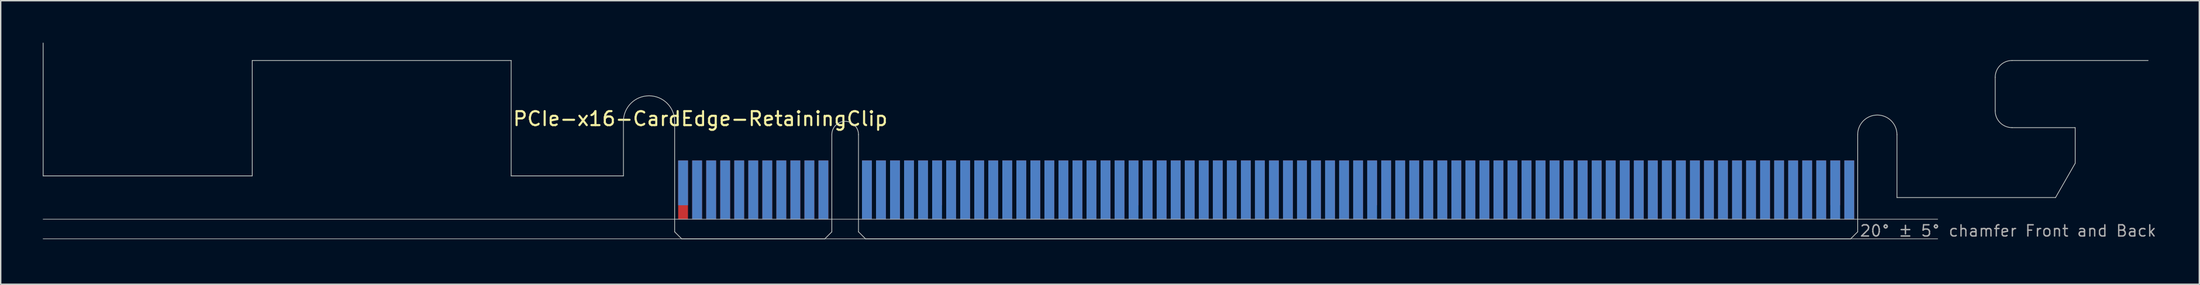
<source format=kicad_pcb>
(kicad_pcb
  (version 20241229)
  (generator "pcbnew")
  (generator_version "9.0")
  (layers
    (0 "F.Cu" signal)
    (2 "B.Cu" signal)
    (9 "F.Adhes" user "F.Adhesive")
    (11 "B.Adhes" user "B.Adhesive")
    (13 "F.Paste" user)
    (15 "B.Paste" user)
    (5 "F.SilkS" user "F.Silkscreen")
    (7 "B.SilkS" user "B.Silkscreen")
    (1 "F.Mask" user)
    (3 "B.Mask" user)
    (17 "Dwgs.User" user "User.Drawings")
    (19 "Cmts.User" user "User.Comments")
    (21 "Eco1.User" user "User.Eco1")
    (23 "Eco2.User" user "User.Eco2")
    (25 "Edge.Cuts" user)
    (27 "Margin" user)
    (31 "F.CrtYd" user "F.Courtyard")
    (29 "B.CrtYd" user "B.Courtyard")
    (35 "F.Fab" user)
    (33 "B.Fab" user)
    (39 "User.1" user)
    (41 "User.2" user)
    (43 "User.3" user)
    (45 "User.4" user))
  (footprint "PCIe-x16-CardEdge-RetainingClip"
    (layer "F.Cu")
    (at 45.025 14.025)
    (property "Reference" "PCIe-x16-CardEdge-RetainingClip" (at -11.6 -8 0) (layer "F.SilkS") (effects (font (size 1 1) (thickness 0.15)) (justify left bottom)))
    (attr exclude_from_pos_files exclude_from_bom)
    (fp_poly (pts (xy -3.65 -4.5) (xy -11.65 -4.5) (xy -11.65 -7.95) (xy -3.65 -7.95)) (stroke (width 0.1) (type solid)) (fill yes) (layer "F.Mask"))
    (fp_poly (pts (xy 11.2 -5.45) (xy 0 -5.45) (xy 0 0) (xy 11.2 0)) (stroke (width 0.1) (type solid)) (fill yes) (layer "F.Mask"))
    (fp_poly (pts (xy 84.3 -5.45) (xy 13.1 -5.45) (xy 13.1 0) (xy 84.3 0)) (stroke (width 0.1) (type solid)) (fill yes) (layer "F.Mask"))
    (fp_poly (pts (xy 99.8 -5.4) (xy 98.4 -2.95) (xy 87.1 -2.95) (xy 87.1 -7.95) (xy 99.8 -7.95)) (stroke (width 0.1) (type solid)) (fill yes) (layer "F.Mask"))
    (fp_poly (pts (xy -3.65 -7.95) (xy -11.65 -7.95) (xy -11.65 -4.5) (xy -3.65 -4.5)) (stroke (width 0.1) (type solid)) (fill yes) (layer "B.Mask"))
    (fp_poly (pts (xy 11.2 0) (xy 0 0) (xy 0 -5.45) (xy 11.2 -5.45)) (stroke (width 0.1) (type solid)) (fill yes) (layer "B.Mask"))
    (fp_poly (pts (xy 84.3 -5.45) (xy 13.1 -5.45) (xy 13.1 0) (xy 84.3 0)) (stroke (width 0.1) (type solid)) (fill yes) (layer "B.Mask"))
    (fp_poly (pts (xy 99.8 -5.4) (xy 98.4 -2.95) (xy 87.1 -2.95) (xy 87.1 -7.95) (xy 99.8 -7.95)) (stroke (width 0.1) (type solid)) (fill yes) (layer "B.Mask"))
    (fp_line (start -45 -4.5) (end -45 -14) (stroke (width 0.05) (type solid)) (layer "Edge.Cuts"))
    (fp_line (start -30.1 -12.75) (end -30.1 -4.5) (stroke (width 0.05) (type solid)) (layer "Edge.Cuts"))
    (fp_line (start -30.1 -4.5) (end -45 -4.5) (stroke (width 0.05) (type solid)) (layer "Edge.Cuts"))
    (fp_line (start -11.65 -12.75) (end -30.1 -12.75) (stroke (width 0.05) (type solid)) (layer "Edge.Cuts"))
    (fp_line (start -11.65 -4.5) (end -11.65 -12.75) (stroke (width 0.05) (type solid)) (layer "Edge.Cuts"))
    (fp_line (start -3.65 -4.5) (end -11.65 -4.5) (stroke (width 0.05) (type solid)) (layer "Edge.Cuts"))
    (fp_line (start -3.65 -4.5) (end -3.65 -8.4) (stroke (width 0.05) (type solid)) (layer "Edge.Cuts"))
    (fp_line (start 0 -0.5) (end 0 -8.4) (stroke (width 0.05) (type solid)) (layer "Edge.Cuts"))
    (fp_line (start 0.5 0) (end 0 -0.5) (stroke (width 0.05) (type solid)) (layer "Edge.Cuts"))
    (fp_line (start 0.5 0) (end 10.7 0) (stroke (width 0.05) (type solid)) (layer "Edge.Cuts"))
    (fp_line (start 10.7 0) (end 11.2 -0.5) (stroke (width 0.05) (type solid)) (layer "Edge.Cuts"))
    (fp_line (start 11.2 -0.5) (end 11.2 -7.45) (stroke (width 0.05) (type solid)) (layer "Edge.Cuts"))
    (fp_line (start 13.1 -0.5) (end 13.1 -7.45) (stroke (width 0.05) (type solid)) (layer "Edge.Cuts"))
    (fp_line (start 13.6 0) (end 13.1 -0.5) (stroke (width 0.05) (type solid)) (layer "Edge.Cuts"))
    (fp_line (start 83.8 0) (end 13.6 0) (stroke (width 0.05) (type solid)) (layer "Edge.Cuts"))
    (fp_line (start 83.8 0) (end 84.3 -0.5) (stroke (width 0.05) (type solid)) (layer "Edge.Cuts"))
    (fp_line (start 84.3 -0.5) (end 84.3 -7.45) (stroke (width 0.05) (type solid)) (layer "Edge.Cuts"))
    (fp_line (start 87.1 -7.45) (end 87.1 -2.95) (stroke (width 0.05) (type solid)) (layer "Edge.Cuts"))
    (fp_line (start 87.1 -2.95) (end 98.4 -2.95) (stroke (width 0.05) (type solid)) (layer "Edge.Cuts"))
    (fp_line (start 94.1 -11.55) (end 94.1 -9.15) (stroke (width 0.05) (type solid)) (layer "Edge.Cuts"))
    (fp_line (start 95.3 -12.75) (end 105 -12.75) (stroke (width 0.05) (type solid)) (layer "Edge.Cuts"))
    (fp_line (start 98.4 -2.95) (end 99.8 -5.4) (stroke (width 0.05) (type solid)) (layer "Edge.Cuts"))
    (fp_line (start 99.8 -7.95) (end 95.3 -7.95) (stroke (width 0.05) (type solid)) (layer "Edge.Cuts"))
    (fp_line (start 99.8 -5.4) (end 99.8 -7.95) (stroke (width 0.05) (type solid)) (layer "Edge.Cuts"))
    (fp_arc (start -3.65 -8.4) (mid -1.825 -10.225) (end 0 -8.4) (stroke (width 0.05) (type solid)) (layer "Edge.Cuts"))
    (fp_arc (start 11.2 -7.45) (mid 12.15 -8.4) (end 13.1 -7.45) (stroke (width 0.05) (type solid)) (layer "Edge.Cuts"))
    (fp_arc (start 84.3 -7.45) (mid 85.7 -8.85) (end 87.1 -7.45) (stroke (width 0.05) (type solid)) (layer "Edge.Cuts"))
    (fp_arc (start 94.1 -11.55) (mid 94.451472 -12.398528) (end 95.3 -12.75) (stroke (width 0.05) (type solid)) (layer "Edge.Cuts"))
    (fp_arc (start 95.3 -7.95) (mid 94.451472 -8.301472) (end 94.1 -9.15) (stroke (width 0.05) (type solid)) (layer "Edge.Cuts"))
    (fp_line (start -45 -1.4) (end 90 -1.4) (stroke (width 0.05) (type solid)) (layer "F.Fab"))
    (fp_line (start -45 0) (end 90 0) (stroke (width 0.05) (type solid)) (layer "F.Fab"))
    (fp_text user "20° ± 5° chamfer Front and Back" (at 84.4 -0.1 0) (layer "F.Fab") (effects (font (size 0.8 0.8) (thickness 0.1)) (justify left bottom)))
    (pad "A1" smd rect (at 0.6 -4) (size 0.7 3.2) (layers "B.Cu"))
    (pad "A2" smd rect (at 1.6 -3.5) (size 0.7 4.2) (layers "B.Cu"))
    (pad "A3" smd rect (at 2.6 -3.5) (size 0.7 4.2) (layers "B.Cu"))
    (pad "A4" smd rect (at 3.6 -3.5) (size 0.7 4.2) (layers "B.Cu"))
    (pad "A5" smd rect (at 4.6 -3.5) (size 0.7 4.2) (layers "B.Cu"))
    (pad "A6" smd rect (at 5.6 -3.5) (size 0.7 4.2) (layers "B.Cu"))
    (pad "A7" smd rect (at 6.6 -3.5) (size 0.7 4.2) (layers "B.Cu"))
    (pad "A8" smd rect (at 7.6 -3.5) (size 0.7 4.2) (layers "B.Cu"))
    (pad "A9" smd rect (at 8.6 -3.5) (size 0.7 4.2) (layers "B.Cu"))
    (pad "A10" smd rect (at 9.6 -3.5) (size 0.7 4.2) (layers "B.Cu"))
    (pad "A11" smd rect (at 10.6 -3.5) (size 0.7 4.2) (layers "B.Cu"))
    (pad "A12" smd rect (at 13.7 -3.5) (size 0.7 4.2) (layers "B.Cu"))
    (pad "A13" smd rect (at 14.7 -3.5) (size 0.7 4.2) (layers "B.Cu"))
    (pad "A14" smd rect (at 15.7 -3.5) (size 0.7 4.2) (layers "B.Cu"))
    (pad "A15" smd rect (at 16.7 -3.5) (size 0.7 4.2) (layers "B.Cu"))
    (pad "A16" smd rect (at 17.7 -3.5) (size 0.7 4.2) (layers "B.Cu"))
    (pad "A17" smd rect (at 18.7 -3.5) (size 0.7 4.2) (layers "B.Cu"))
    (pad "A18" smd rect (at 19.7 -3.5) (size 0.7 4.2) (layers "B.Cu"))
    (pad "A19" smd rect (at 20.7 -3.5) (size 0.7 4.2) (layers "B.Cu"))
    (pad "A20" smd rect (at 21.7 -3.5) (size 0.7 4.2) (layers "B.Cu"))
    (pad "A21" smd rect (at 22.7 -3.5) (size 0.7 4.2) (layers "B.Cu"))
    (pad "A22" smd rect (at 23.7 -3.5) (size 0.7 4.2) (layers "B.Cu"))
    (pad "A23" smd rect (at 24.7 -3.5) (size 0.7 4.2) (layers "B.Cu"))
    (pad "A24" smd rect (at 25.7 -3.5) (size 0.7 4.2) (layers "B.Cu"))
    (pad "A25" smd rect (at 26.7 -3.5) (size 0.7 4.2) (layers "B.Cu"))
    (pad "A26" smd rect (at 27.7 -3.5) (size 0.7 4.2) (layers "B.Cu"))
    (pad "A27" smd rect (at 28.7 -3.5) (size 0.7 4.2) (layers "B.Cu"))
    (pad "A28" smd rect (at 29.7 -3.5) (size 0.7 4.2) (layers "B.Cu"))
    (pad "A29" smd rect (at 30.7 -3.5) (size 0.7 4.2) (layers "B.Cu"))
    (pad "A30" smd rect (at 31.7 -3.5) (size 0.7 4.2) (layers "B.Cu"))
    (pad "A31" smd rect (at 32.7 -3.5) (size 0.7 4.2) (layers "B.Cu"))
    (pad "A32" smd rect (at 33.7 -3.5) (size 0.7 4.2) (layers "B.Cu"))
    (pad "A33" smd rect (at 34.7 -3.5) (size 0.7 4.2) (layers "B.Cu"))
    (pad "A34" smd rect (at 35.7 -3.5) (size 0.7 4.2) (layers "B.Cu"))
    (pad "A35" smd rect (at 36.7 -3.5) (size 0.7 4.2) (layers "B.Cu"))
    (pad "A36" smd rect (at 37.7 -3.5) (size 0.7 4.2) (layers "B.Cu"))
    (pad "A37" smd rect (at 38.7 -3.5) (size 0.7 4.2) (layers "B.Cu"))
    (pad "A38" smd rect (at 39.7 -3.5) (size 0.7 4.2) (layers "B.Cu"))
    (pad "A39" smd rect (at 40.7 -3.5) (size 0.7 4.2) (layers "B.Cu"))
    (pad "A40" smd rect (at 41.7 -3.5) (size 0.7 4.2) (layers "B.Cu"))
    (pad "A41" smd rect (at 42.7 -3.5) (size 0.7 4.2) (layers "B.Cu"))
    (pad "A42" smd rect (at 43.7 -3.5) (size 0.7 4.2) (layers "B.Cu"))
    (pad "A43" smd rect (at 44.7 -3.5) (size 0.7 4.2) (layers "B.Cu"))
    (pad "A44" smd rect (at 45.7 -3.5) (size 0.7 4.2) (layers "B.Cu"))
    (pad "A45" smd rect (at 46.7 -3.5) (size 0.7 4.2) (layers "B.Cu"))
    (pad "A46" smd rect (at 47.7 -3.5) (size 0.7 4.2) (layers "B.Cu"))
    (pad "A47" smd rect (at 48.7 -3.5) (size 0.7 4.2) (layers "B.Cu"))
    (pad "A48" smd rect (at 49.7 -3.5) (size 0.7 4.2) (layers "B.Cu"))
    (pad "A49" smd rect (at 50.7 -3.5) (size 0.7 4.2) (layers "B.Cu"))
    (pad "A50" smd rect (at 51.7 -3.5) (size 0.7 4.2) (layers "B.Cu"))
    (pad "A51" smd rect (at 52.7 -3.5) (size 0.7 4.2) (layers "B.Cu"))
    (pad "A52" smd rect (at 53.7 -3.5) (size 0.7 4.2) (layers "B.Cu"))
    (pad "A53" smd rect (at 54.7 -3.5) (size 0.7 4.2) (layers "B.Cu"))
    (pad "A54" smd rect (at 55.7 -3.5) (size 0.7 4.2) (layers "B.Cu"))
    (pad "A55" smd rect (at 56.7 -3.5) (size 0.7 4.2) (layers "B.Cu"))
    (pad "A56" smd rect (at 57.7 -3.5) (size 0.7 4.2) (layers "B.Cu"))
    (pad "A57" smd rect (at 58.7 -3.5) (size 0.7 4.2) (layers "B.Cu"))
    (pad "A58" smd rect (at 59.7 -3.5) (size 0.7 4.2) (layers "B.Cu"))
    (pad "A59" smd rect (at 60.7 -3.5) (size 0.7 4.2) (layers "B.Cu"))
    (pad "A60" smd rect (at 61.7 -3.5) (size 0.7 4.2) (layers "B.Cu"))
    (pad "A61" smd rect (at 62.7 -3.5) (size 0.7 4.2) (layers "B.Cu"))
    (pad "A62" smd rect (at 63.7 -3.5) (size 0.7 4.2) (layers "B.Cu"))
    (pad "A63" smd rect (at 64.7 -3.5) (size 0.7 4.2) (layers "B.Cu"))
    (pad "A64" smd rect (at 65.7 -3.5) (size 0.7 4.2) (layers "B.Cu"))
    (pad "A65" smd rect (at 66.7 -3.5) (size 0.7 4.2) (layers "B.Cu"))
    (pad "A66" smd rect (at 67.7 -3.5) (size 0.7 4.2) (layers "B.Cu"))
    (pad "A67" smd rect (at 68.7 -3.5) (size 0.7 4.2) (layers "B.Cu"))
    (pad "A68" smd rect (at 69.7 -3.5) (size 0.7 4.2) (layers "B.Cu"))
    (pad "A69" smd rect (at 70.7 -3.5) (size 0.7 4.2) (layers "B.Cu"))
    (pad "A70" smd rect (at 71.7 -3.5) (size 0.7 4.2) (layers "B.Cu"))
    (pad "A71" smd rect (at 72.7 -3.5) (size 0.7 4.2) (layers "B.Cu"))
    (pad "A72" smd rect (at 73.7 -3.5) (size 0.7 4.2) (layers "B.Cu"))
    (pad "A73" smd rect (at 74.7 -3.5) (size 0.7 4.2) (layers "B.Cu"))
    (pad "A74" smd rect (at 75.7 -3.5) (size 0.7 4.2) (layers "B.Cu"))
    (pad "A75" smd rect (at 76.7 -3.5) (size 0.7 4.2) (layers "B.Cu"))
    (pad "A76" smd rect (at 77.7 -3.5) (size 0.7 4.2) (layers "B.Cu"))
    (pad "A77" smd rect (at 78.7 -3.5) (size 0.7 4.2) (layers "B.Cu"))
    (pad "A78" smd rect (at 79.7 -3.5) (size 0.7 4.2) (layers "B.Cu"))
    (pad "A79" smd rect (at 80.7 -3.5) (size 0.7 4.2) (layers "B.Cu"))
    (pad "A80" smd rect (at 81.7 -3.5) (size 0.7 4.2) (layers "B.Cu"))
    (pad "A81" smd rect (at 82.7 -3.5) (size 0.7 4.2) (layers "B.Cu"))
    (pad "A82" smd rect (at 83.7 -3.5) (size 0.7 4.2) (layers "B.Cu"))
    (pad "B1" smd rect (at 0.6 -3.5) (size 0.7 4.2) (layers "F.Cu"))
    (pad "B2" smd rect (at 1.6 -3.5) (size 0.7 4.2) (layers "F.Cu"))
    (pad "B3" smd rect (at 2.6 -3.5) (size 0.7 4.2) (layers "F.Cu"))
    (pad "B4" smd rect (at 3.6 -3.5) (size 0.7 4.2) (layers "F.Cu"))
    (pad "B5" smd rect (at 4.6 -3.5) (size 0.7 4.2) (layers "F.Cu"))
    (pad "B6" smd rect (at 5.6 -3.5) (size 0.7 4.2) (layers "F.Cu"))
    (pad "B7" smd rect (at 6.6 -3.5) (size 0.7 4.2) (layers "F.Cu"))
    (pad "B8" smd rect (at 7.6 -3.5) (size 0.7 4.2) (layers "F.Cu"))
    (pad "B9" smd rect (at 8.6 -3.5) (size 0.7 4.2) (layers "F.Cu"))
    (pad "B10" smd rect (at 9.6 -3.5) (size 0.7 4.2) (layers "F.Cu"))
    (pad "B11" smd rect (at 10.6 -3.5) (size 0.7 4.2) (layers "F.Cu"))
    (pad "B12" smd rect (at 13.7 -3.5) (size 0.7 4.2) (layers "F.Cu"))
    (pad "B13" smd rect (at 14.7 -3.5) (size 0.7 4.2) (layers "F.Cu"))
    (pad "B14" smd rect (at 15.7 -3.5) (size 0.7 4.2) (layers "F.Cu"))
    (pad "B15" smd rect (at 16.7 -3.5) (size 0.7 4.2) (layers "F.Cu"))
    (pad "B16" smd rect (at 17.7 -3.5) (size 0.7 4.2) (layers "F.Cu"))
    (pad "B17" smd rect (at 18.7 -4) (size 0.7 3.2) (layers "F.Cu"))
    (pad "B18" smd rect (at 19.7 -3.5) (size 0.7 4.2) (layers "F.Cu"))
    (pad "B19" smd rect (at 20.7 -3.5) (size 0.7 4.2) (layers "F.Cu"))
    (pad "B20" smd rect (at 21.7 -3.5) (size 0.7 4.2) (layers "F.Cu"))
    (pad "B21" smd rect (at 22.7 -3.5) (size 0.7 4.2) (layers "F.Cu"))
    (pad "B22" smd rect (at 23.7 -3.5) (size 0.7 4.2) (layers "F.Cu"))
    (pad "B23" smd rect (at 24.7 -3.5) (size 0.7 4.2) (layers "F.Cu"))
    (pad "B24" smd rect (at 25.7 -3.5) (size 0.7 4.2) (layers "F.Cu"))
    (pad "B25" smd rect (at 26.7 -3.5) (size 0.7 4.2) (layers "F.Cu"))
    (pad "B26" smd rect (at 27.7 -3.5) (size 0.7 4.2) (layers "F.Cu"))
    (pad "B27" smd rect (at 28.7 -3.5) (size 0.7 4.2) (layers "F.Cu"))
    (pad "B28" smd rect (at 29.7 -3.5) (size 0.7 4.2) (layers "F.Cu"))
    (pad "B29" smd rect (at 30.7 -3.5) (size 0.7 4.2) (layers "F.Cu"))
    (pad "B30" smd rect (at 31.7 -3.5) (size 0.7 4.2) (layers "F.Cu"))
    (pad "B31" smd rect (at 32.7 -4) (size 0.7 3.2) (layers "F.Cu"))
    (pad "B32" smd rect (at 33.7 -3.5) (size 0.7 4.2) (layers "F.Cu"))
    (pad "B33" smd rect (at 34.7 -3.5) (size 0.7 4.2) (layers "F.Cu"))
    (pad "B34" smd rect (at 35.7 -3.5) (size 0.7 4.2) (layers "F.Cu"))
    (pad "B35" smd rect (at 36.7 -3.5) (size 0.7 4.2) (layers "F.Cu"))
    (pad "B36" smd rect (at 37.7 -3.5) (size 0.7 4.2) (layers "F.Cu"))
    (pad "B37" smd rect (at 38.7 -3.5) (size 0.7 4.2) (layers "F.Cu"))
    (pad "B38" smd rect (at 39.7 -3.5) (size 0.7 4.2) (layers "F.Cu"))
    (pad "B39" smd rect (at 40.7 -3.5) (size 0.7 4.2) (layers "F.Cu"))
    (pad "B40" smd rect (at 41.7 -3.5) (size 0.7 4.2) (layers "F.Cu"))
    (pad "B41" smd rect (at 42.7 -3.5) (size 0.7 4.2) (layers "F.Cu"))
    (pad "B42" smd rect (at 43.7 -3.5) (size 0.7 4.2) (layers "F.Cu"))
    (pad "B43" smd rect (at 44.7 -3.5) (size 0.7 4.2) (layers "F.Cu"))
    (pad "B44" smd rect (at 45.7 -3.5) (size 0.7 4.2) (layers "F.Cu"))
    (pad "B45" smd rect (at 46.7 -3.5) (size 0.7 4.2) (layers "F.Cu"))
    (pad "B46" smd rect (at 47.7 -3.5) (size 0.7 4.2) (layers "F.Cu"))
    (pad "B47" smd rect (at 48.7 -3.5) (size 0.7 4.2) (layers "F.Cu"))
    (pad "B48" smd rect (at 49.7 -4) (size 0.7 3.2) (layers "F.Cu"))
    (pad "B49" smd rect (at 50.7 -3.5) (size 0.7 4.2) (layers "F.Cu"))
    (pad "B50" smd rect (at 51.7 -3.5) (size 0.7 4.2) (layers "F.Cu"))
    (pad "B51" smd rect (at 52.7 -3.5) (size 0.7 4.2) (layers "F.Cu"))
    (pad "B52" smd rect (at 53.7 -3.5) (size 0.7 4.2) (layers "F.Cu"))
    (pad "B53" smd rect (at 54.7 -3.5) (size 0.7 4.2) (layers "F.Cu"))
    (pad "B54" smd rect (at 55.7 -3.5) (size 0.7 4.2) (layers "F.Cu"))
    (pad "B55" smd rect (at 56.7 -3.5) (size 0.7 4.2) (layers "F.Cu"))
    (pad "B56" smd rect (at 57.7 -3.5) (size 0.7 4.2) (layers "F.Cu"))
    (pad "B57" smd rect (at 58.7 -3.5) (size 0.7 4.2) (layers "F.Cu"))
    (pad "B58" smd rect (at 59.7 -3.5) (size 0.7 4.2) (layers "F.Cu"))
    (pad "B59" smd rect (at 60.7 -3.5) (size 0.7 4.2) (layers "F.Cu"))
    (pad "B60" smd rect (at 61.7 -3.5) (size 0.7 4.2) (layers "F.Cu"))
    (pad "B61" smd rect (at 62.7 -3.5) (size 0.7 4.2) (layers "F.Cu"))
    (pad "B62" smd rect (at 63.7 -3.5) (size 0.7 4.2) (layers "F.Cu"))
    (pad "B63" smd rect (at 64.7 -3.5) (size 0.7 4.2) (layers "F.Cu"))
    (pad "B64" smd rect (at 65.7 -3.5) (size 0.7 4.2) (layers "F.Cu"))
    (pad "B65" smd rect (at 66.7 -3.5) (size 0.7 4.2) (layers "F.Cu"))
    (pad "B66" smd rect (at 67.7 -3.5) (size 0.7 4.2) (layers "F.Cu"))
    (pad "B67" smd rect (at 68.7 -3.5) (size 0.7 4.2) (layers "F.Cu"))
    (pad "B68" smd rect (at 69.7 -3.5) (size 0.7 4.2) (layers "F.Cu"))
    (pad "B69" smd rect (at 70.7 -3.5) (size 0.7 4.2) (layers "F.Cu"))
    (pad "B70" smd rect (at 71.7 -3.5) (size 0.7 4.2) (layers "F.Cu"))
    (pad "B71" smd rect (at 72.7 -3.5) (size 0.7 4.2) (layers "F.Cu"))
    (pad "B72" smd rect (at 73.7 -3.5) (size 0.7 4.2) (layers "F.Cu"))
    (pad "B73" smd rect (at 74.7 -3.5) (size 0.7 4.2) (layers "F.Cu"))
    (pad "B74" smd rect (at 75.7 -3.5) (size 0.7 4.2) (layers "F.Cu"))
    (pad "B75" smd rect (at 76.7 -3.5) (size 0.7 4.2) (layers "F.Cu"))
    (pad "B76" smd rect (at 77.7 -3.5) (size 0.7 4.2) (layers "F.Cu"))
    (pad "B77" smd rect (at 78.7 -3.5) (size 0.7 4.2) (layers "F.Cu"))
    (pad "B78" smd rect (at 79.7 -3.5) (size 0.7 4.2) (layers "F.Cu"))
    (pad "B79" smd rect (at 80.7 -3.5) (size 0.7 4.2) (layers "F.Cu"))
    (pad "B80" smd rect (at 81.7 -3.5) (size 0.7 4.2) (layers "F.Cu"))
    (pad "B81" smd rect (at 82.7 -4) (size 0.7 3.2) (layers "F.Cu"))
    (pad "B82" smd rect (at 83.7 -3.5) (size 0.7 4.2) (layers "F.Cu")))
  (gr_rect
    (start -3 -3)
    (end 153.67 17.275)
    (stroke (width 0.1) (type default))
    (fill no)
    (layer "Edge.Cuts")))
</source>
